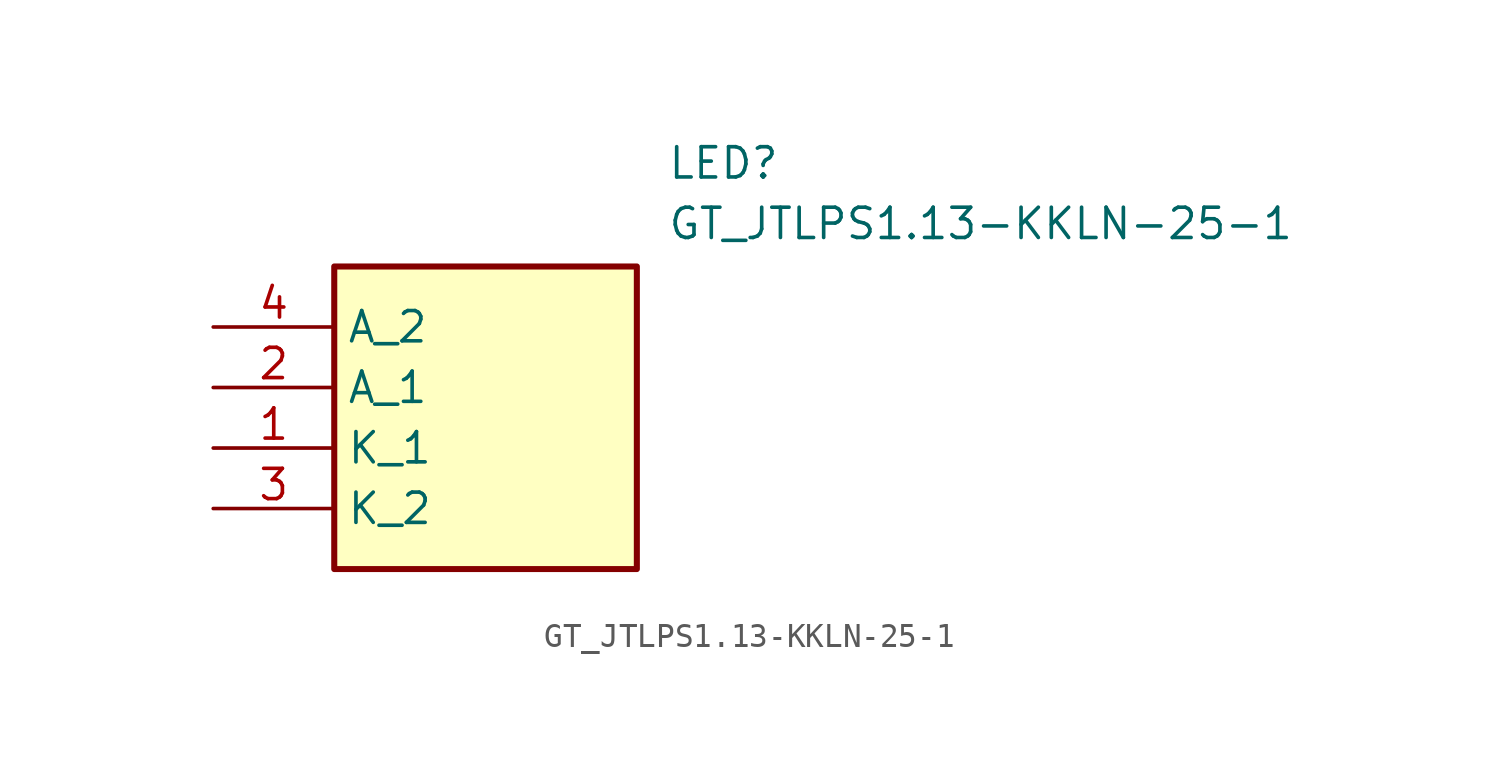
<source format=kicad_sym>
(kicad_symbol_lib
  (version 20211014)
  (generator SamacSys_ECAD_Model)
  (symbol "GT_JTLPS1.13-KKLN-25-1"
    (property "Reference" "LED"
      (at 19.05 7.62 0)
      (effects (font (size 1.27 1.27)) (justify left top)))
    (property "Value" "GT_JTLPS1.13-KKLN-25-1"
      (at 19.05 5.08 0)
      (effects (font (size 1.27 1.27)) (justify left top)))
    (rectangle
      (start 5.08 2.54)
      (end 17.78 -10.16)
      (stroke (width 0.254) (type default))
      (fill (type background)))
    (pin passive line
      (at 0 -5.08 0)
      (length 5.08)
      (name "K_1" (effects (font (size 1.27 1.27))))
      (number "1" (effects (font (size 1.27 1.27)))))
    (pin passive line
      (at 0 -2.54 0)
      (length 5.08)
      (name "A_1" (effects (font (size 1.27 1.27))))
      (number "2" (effects (font (size 1.27 1.27)))))
    (pin passive line
      (at 0 -7.62 0)
      (length 5.08)
      (name "K_2" (effects (font (size 1.27 1.27))))
      (number "3" (effects (font (size 1.27 1.27)))))
    (pin passive line
      (at 0 0 0)
      (length 5.08)
      (name "A_2" (effects (font (size 1.27 1.27))))
      (number "4" (effects (font (size 1.27 1.27)))))))
</source>
